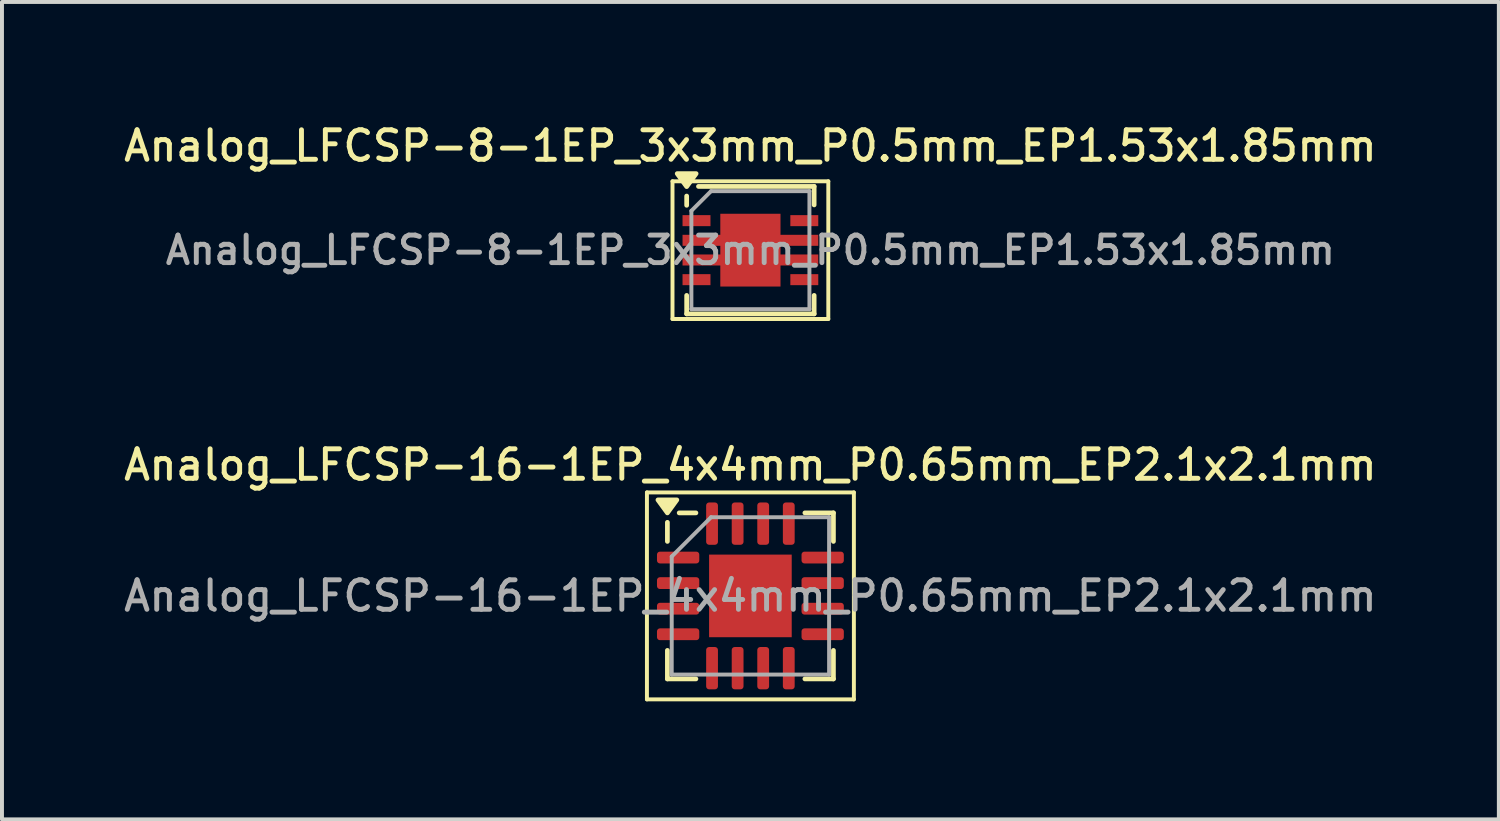
<source format=kicad_pcb>
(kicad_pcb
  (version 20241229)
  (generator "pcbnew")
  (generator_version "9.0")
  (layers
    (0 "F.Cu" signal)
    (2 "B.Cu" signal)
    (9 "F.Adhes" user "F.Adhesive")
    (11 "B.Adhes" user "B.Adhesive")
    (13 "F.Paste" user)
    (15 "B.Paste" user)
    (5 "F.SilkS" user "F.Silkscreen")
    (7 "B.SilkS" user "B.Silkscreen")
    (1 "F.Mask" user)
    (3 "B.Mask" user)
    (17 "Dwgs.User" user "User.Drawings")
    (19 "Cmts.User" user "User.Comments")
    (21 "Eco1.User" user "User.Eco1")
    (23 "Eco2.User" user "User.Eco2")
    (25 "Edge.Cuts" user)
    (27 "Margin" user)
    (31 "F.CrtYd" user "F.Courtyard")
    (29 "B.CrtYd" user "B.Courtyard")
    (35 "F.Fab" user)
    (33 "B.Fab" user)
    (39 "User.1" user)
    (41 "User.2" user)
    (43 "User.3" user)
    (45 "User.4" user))
  (footprint "Analog_LFCSP-16-1EP_4x4mm_P0.65mm_EP2.1x2.1mm"
    (layer "F.Cu")
    (at 16.023 12.096)
    (property "Reference" "Analog_LFCSP-16-1EP_4x4mm_P0.65mm_EP2.1x2.1mm" (at 0 -3.33 0) (layer "F.SilkS") (effects (font (size 0.75 0.75) (thickness 0.125))))
    (attr smd)
    (fp_line (start -2.63 -2.63) (end -2.63 2.63) (stroke (width 0.1) (type solid)) (layer "F.SilkS"))
    (fp_line (start -2.63 2.63) (end 2.63 2.63) (stroke (width 0.1) (type solid)) (layer "F.SilkS"))
    (fp_line (start -2.11 -1.385) (end -2.11 -1.87) (stroke (width 0.12) (type solid)) (layer "F.SilkS"))
    (fp_line (start -2.11 2.11) (end -2.11 1.385) (stroke (width 0.12) (type solid)) (layer "F.SilkS"))
    (fp_line (start -1.385 -2.11) (end -1.81 -2.11) (stroke (width 0.12) (type solid)) (layer "F.SilkS"))
    (fp_line (start -1.385 2.11) (end -2.11 2.11) (stroke (width 0.12) (type solid)) (layer "F.SilkS"))
    (fp_line (start 1.385 -2.11) (end 2.11 -2.11) (stroke (width 0.12) (type solid)) (layer "F.SilkS"))
    (fp_line (start 1.385 2.11) (end 2.11 2.11) (stroke (width 0.12) (type solid)) (layer "F.SilkS"))
    (fp_line (start 2.11 -2.11) (end 2.11 -1.385) (stroke (width 0.12) (type solid)) (layer "F.SilkS"))
    (fp_line (start 2.11 2.11) (end 2.11 1.385) (stroke (width 0.12) (type solid)) (layer "F.SilkS"))
    (fp_line (start 2.63 -2.63) (end -2.63 -2.63) (stroke (width 0.1) (type solid)) (layer "F.SilkS"))
    (fp_line (start 2.63 2.63) (end 2.63 -2.63) (stroke (width 0.1) (type solid)) (layer "F.SilkS"))
    (fp_poly (pts (xy -2.11 -2.11) (xy -2.35 -2.44) (xy -1.87 -2.44) (xy -2.11 -2.11)) (stroke (width 0.12) (type solid)) (fill yes) (layer "F.SilkS"))
    (fp_line (start -2 -1) (end -1 -2) (stroke (width 0.1) (type solid)) (layer "F.Fab"))
    (fp_line (start -2 2) (end -2 -1) (stroke (width 0.1) (type solid)) (layer "F.Fab"))
    (fp_line (start -1 -2) (end 2 -2) (stroke (width 0.1) (type solid)) (layer "F.Fab"))
    (fp_line (start 2 -2) (end 2 2) (stroke (width 0.1) (type solid)) (layer "F.Fab"))
    (fp_line (start 2 2) (end -2 2) (stroke (width 0.1) (type solid)) (layer "F.Fab"))
    (fp_text user "${REFERENCE}" (at 0 0 0) (layer "F.Fab") (effects (font (size 0.75 0.75) (thickness 0.125))))
    (pad "" smd roundrect (at -0.525 -0.525) (size 0.85 0.85) (layers "F.Paste") (roundrect_rratio 0.25))
    (pad "" smd roundrect (at -0.525 0.525) (size 0.85 0.85) (layers "F.Paste") (roundrect_rratio 0.25))
    (pad "" smd roundrect (at 0.525 -0.525) (size 0.85 0.85) (layers "F.Paste") (roundrect_rratio 0.25))
    (pad "" smd roundrect (at 0.525 0.525) (size 0.85 0.85) (layers "F.Paste") (roundrect_rratio 0.25))
    (pad "1" smd roundrect (at -1.837 -0.975) (size 1.075 0.3) (layers "F.Cu" "F.Mask" "F.Paste") (roundrect_rratio 0.25))
    (pad "2" smd roundrect (at -1.837 -0.325) (size 1.075 0.3) (layers "F.Cu" "F.Mask" "F.Paste") (roundrect_rratio 0.25))
    (pad "3" smd roundrect (at -1.837 0.325) (size 1.075 0.3) (layers "F.Cu" "F.Mask" "F.Paste") (roundrect_rratio 0.25))
    (pad "4" smd roundrect (at -1.837 0.975) (size 1.075 0.3) (layers "F.Cu" "F.Mask" "F.Paste") (roundrect_rratio 0.25))
    (pad "5" smd roundrect (at -0.975 1.837) (size 0.3 1.075) (layers "F.Cu" "F.Mask" "F.Paste") (roundrect_rratio 0.25))
    (pad "6" smd roundrect (at -0.325 1.837) (size 0.3 1.075) (layers "F.Cu" "F.Mask" "F.Paste") (roundrect_rratio 0.25))
    (pad "7" smd roundrect (at 0.325 1.837) (size 0.3 1.075) (layers "F.Cu" "F.Mask" "F.Paste") (roundrect_rratio 0.25))
    (pad "8" smd roundrect (at 0.975 1.837) (size 0.3 1.075) (layers "F.Cu" "F.Mask" "F.Paste") (roundrect_rratio 0.25))
    (pad "9" smd roundrect (at 1.837 0.975) (size 1.075 0.3) (layers "F.Cu" "F.Mask" "F.Paste") (roundrect_rratio 0.25))
    (pad "10" smd roundrect (at 1.837 0.325) (size 1.075 0.3) (layers "F.Cu" "F.Mask" "F.Paste") (roundrect_rratio 0.25))
    (pad "11" smd roundrect (at 1.837 -0.325) (size 1.075 0.3) (layers "F.Cu" "F.Mask" "F.Paste") (roundrect_rratio 0.25))
    (pad "12" smd roundrect (at 1.837 -0.975) (size 1.075 0.3) (layers "F.Cu" "F.Mask" "F.Paste") (roundrect_rratio 0.25))
    (pad "13" smd roundrect (at 0.975 -1.837) (size 0.3 1.075) (layers "F.Cu" "F.Mask" "F.Paste") (roundrect_rratio 0.25))
    (pad "14" smd roundrect (at 0.325 -1.837) (size 0.3 1.075) (layers "F.Cu" "F.Mask" "F.Paste") (roundrect_rratio 0.25))
    (pad "15" smd roundrect (at -0.325 -1.837) (size 0.3 1.075) (layers "F.Cu" "F.Mask" "F.Paste") (roundrect_rratio 0.25))
    (pad "16" smd roundrect (at -0.975 -1.837) (size 0.3 1.075) (layers "F.Cu" "F.Mask" "F.Paste") (roundrect_rratio 0.25))
    (pad "17" smd rect (at 0 0) (size 2.1 2.1) (property pad_prop_heatsink) (layers "F.Cu" "F.Mask")))
  (footprint "Analog_LFCSP-8-1EP_3x3mm_P0.5mm_EP1.53x1.85mm"
    (layer "F.Cu")
    (at 16.023 3.308)
    (property "Reference" "Analog_LFCSP-8-1EP_3x3mm_P0.5mm_EP1.53x1.85mm" (at 0 -2.65 0) (layer "F.SilkS") (effects (font (size 0.75 0.75) (thickness 0.125))))
    (attr smd)
    (fp_line (start -1.98 -1.75) (end 1.98 -1.75) (stroke (width 0.1) (type solid)) (layer "F.SilkS"))
    (fp_line (start -1.98 1.75) (end -1.98 -1.75) (stroke (width 0.1) (type solid)) (layer "F.SilkS"))
    (fp_line (start -1.62 -1.14) (end -1.62 -1.375) (stroke (width 0.12) (type solid)) (layer "F.SilkS"))
    (fp_line (start -1.62 1.62) (end -1.62 1.15) (stroke (width 0.12) (type solid)) (layer "F.SilkS"))
    (fp_line (start 1.62 -1.62) (end -1.32 -1.62) (stroke (width 0.12) (type solid)) (layer "F.SilkS"))
    (fp_line (start 1.62 -1.62) (end 1.62 -1.15) (stroke (width 0.12) (type solid)) (layer "F.SilkS"))
    (fp_line (start 1.62 1.15) (end 1.62 1.62) (stroke (width 0.12) (type solid)) (layer "F.SilkS"))
    (fp_line (start 1.62 1.62) (end -1.62 1.62) (stroke (width 0.12) (type solid)) (layer "F.SilkS"))
    (fp_line (start 1.98 -1.75) (end 1.98 1.75) (stroke (width 0.1) (type solid)) (layer "F.SilkS"))
    (fp_line (start 1.98 1.75) (end -1.98 1.75) (stroke (width 0.1) (type solid)) (layer "F.SilkS"))
    (fp_poly (pts (xy -1.62 -1.615) (xy -1.86 -1.945) (xy -1.38 -1.945) (xy -1.62 -1.615)) (stroke (width 0.12) (type solid)) (fill yes) (layer "F.SilkS"))
    (fp_line (start -1.5 -1) (end -1.5 1.5) (stroke (width 0.1) (type solid)) (layer "F.Fab"))
    (fp_line (start -1 -1.5) (end -1.5 -1) (stroke (width 0.1) (type solid)) (layer "F.Fab"))
    (fp_line (start -1 -1.5) (end 1.5 -1.5) (stroke (width 0.1) (type solid)) (layer "F.Fab"))
    (fp_line (start 1.5 1.5) (end -1.5 1.5) (stroke (width 0.1) (type solid)) (layer "F.Fab"))
    (fp_line (start 1.5 1.5) (end 1.5 -1.5) (stroke (width 0.1) (type solid)) (layer "F.Fab"))
    (fp_text user "${REFERENCE}" (at 0 0 180) (layer "F.Fab") (effects (font (size 0.7 0.7) (thickness 0.125))))
    (pad "" smd rect (at -1.37 -0.25) (size 0.71 0.28) (layers "F.Mask" "F.Paste"))
    (pad "" smd rect (at -1.37 0.25) (size 0.71 0.28) (layers "F.Mask" "F.Paste"))
    (pad "" smd rect (at 0 0) (size 1.2 1.55) (layers "F.Paste"))
    (pad "" smd rect (at 1.37 -0.25) (size 0.71 0.28) (layers "F.Mask" "F.Paste"))
    (pad "" smd rect (at 1.37 0.25) (size 0.71 0.28) (layers "F.Mask" "F.Paste"))
    (pad "1" smd rect (at -1.37 -0.75) (size 0.71 0.28) (layers "F.Cu" "F.Mask" "F.Paste"))
    (pad "2" smd rect (at 0 -0.25) (size 3.45 0.28) (layers "F.Cu"))
    (pad "2" smd rect (at 0 0) (size 1.53 1.85) (layers "F.Cu" "F.Mask"))
    (pad "2" smd rect (at 0 0.25) (size 3.45 0.28) (layers "F.Cu"))
    (pad "4" smd rect (at -1.37 0.75) (size 0.71 0.28) (layers "F.Cu" "F.Mask" "F.Paste"))
    (pad "5" smd rect (at 1.37 0.75) (size 0.71 0.28) (layers "F.Cu" "F.Mask" "F.Paste"))
    (pad "8" smd rect (at 1.37 -0.75) (size 0.71 0.28) (layers "F.Cu" "F.Mask" "F.Paste")))
  (gr_rect
    (start -3 -3)
    (end 35.046 17.776)
    (stroke (width 0.1) (type default))
    (fill no)
    (layer "Edge.Cuts")))
</source>
